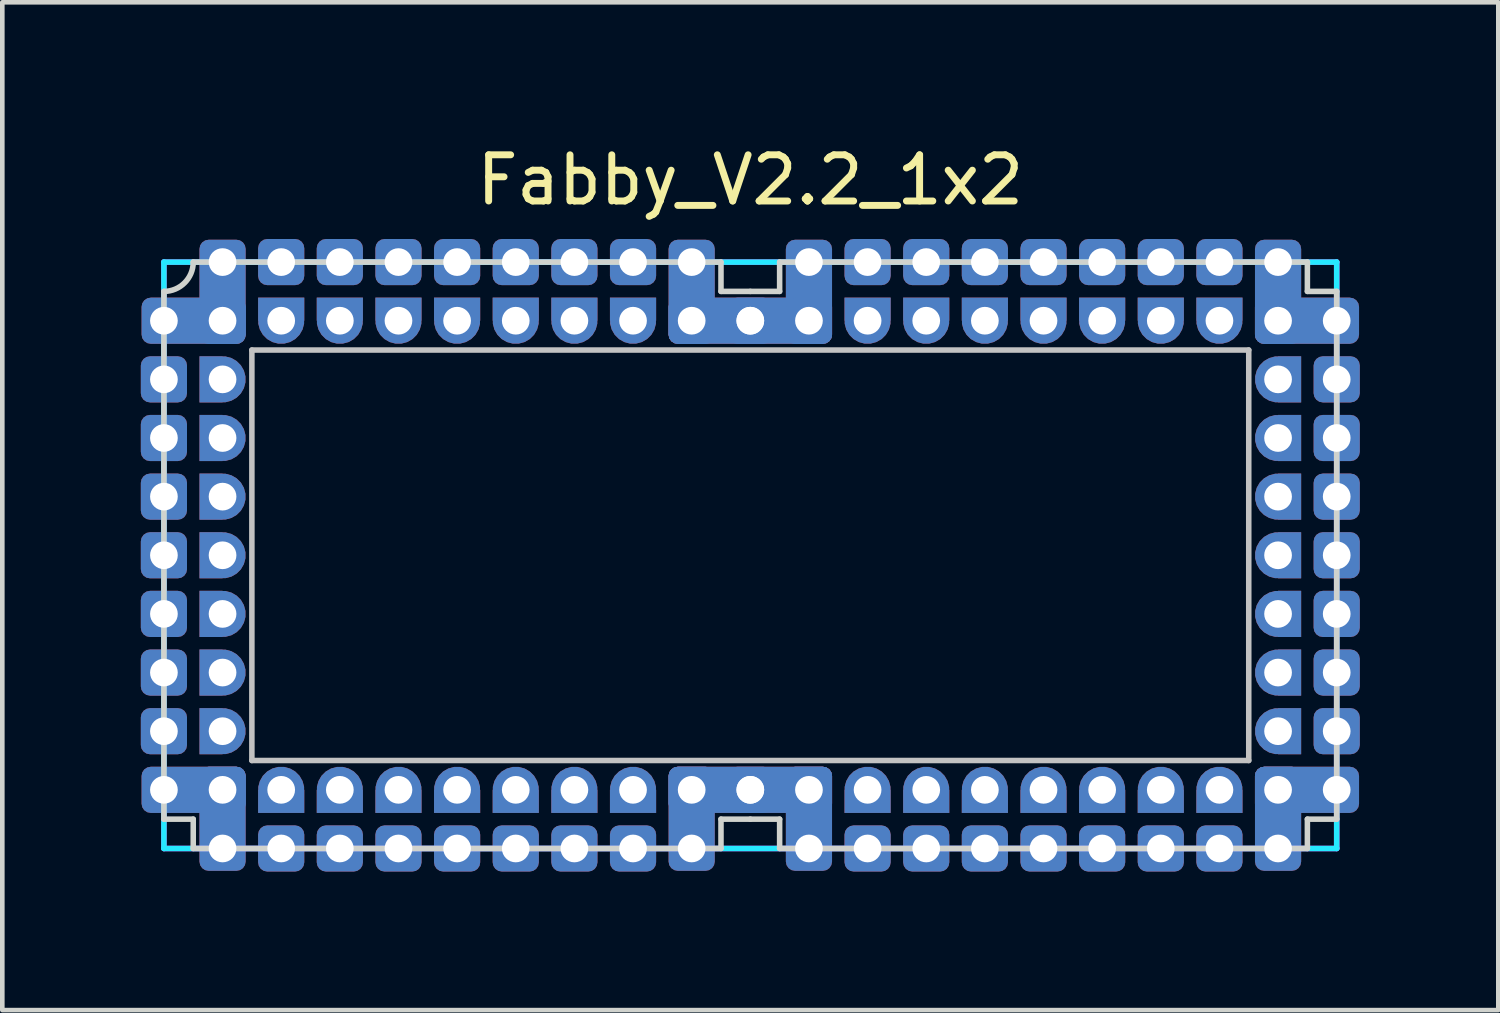
<source format=kicad_pcb>
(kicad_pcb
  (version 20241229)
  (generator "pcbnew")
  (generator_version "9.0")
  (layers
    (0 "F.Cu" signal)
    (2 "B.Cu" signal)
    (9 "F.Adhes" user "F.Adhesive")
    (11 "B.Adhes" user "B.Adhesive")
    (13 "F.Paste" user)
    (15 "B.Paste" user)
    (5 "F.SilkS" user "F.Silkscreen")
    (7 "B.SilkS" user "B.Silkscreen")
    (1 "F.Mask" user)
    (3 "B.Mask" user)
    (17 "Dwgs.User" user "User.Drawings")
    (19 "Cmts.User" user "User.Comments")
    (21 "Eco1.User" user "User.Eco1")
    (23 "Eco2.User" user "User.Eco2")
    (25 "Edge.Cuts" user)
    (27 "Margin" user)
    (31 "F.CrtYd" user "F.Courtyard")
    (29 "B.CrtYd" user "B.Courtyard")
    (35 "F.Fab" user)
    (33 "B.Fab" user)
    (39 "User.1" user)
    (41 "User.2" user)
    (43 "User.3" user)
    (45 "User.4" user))
  (footprint "Fabby_V2.2_1x2"
    (layer "F.Cu")
    (at 13.2 8.976)
    (property "Reference" "Fabby_V2.2_1x2" (at 0 -8.128 0) (layer "F.SilkS") (effects (font (size 1 1) (thickness 0.15))))
    (attr through_hole)
    (fp_line (start -10.795 -4.445) (end 10.795 -4.445) (stroke (width 0.12) (type solid)) (layer "Dwgs.User"))
    (fp_line (start -10.795 4.445) (end -10.795 -4.445) (stroke (width 0.12) (type solid)) (layer "Dwgs.User"))
    (fp_line (start 10.795 -4.445) (end 10.795 4.445) (stroke (width 0.12) (type solid)) (layer "Dwgs.User"))
    (fp_line (start 10.795 4.445) (end -10.795 4.445) (stroke (width 0.12) (type solid)) (layer "Dwgs.User"))
    (fp_line (start -12.7 -5.715) (end -12.7 5.715) (stroke (width 0.12) (type solid)) (layer "Edge.Cuts"))
    (fp_line (start -12.7 5.715) (end -12.065 5.715) (stroke (width 0.12) (type solid)) (layer "Edge.Cuts"))
    (fp_line (start -12.065 -6.35) (end -0.635 -6.35) (stroke (width 0.12) (type solid)) (layer "Edge.Cuts"))
    (fp_line (start -12.065 5.715) (end -12.065 6.35) (stroke (width 0.12) (type solid)) (layer "Edge.Cuts"))
    (fp_line (start -0.635 -6.35) (end -0.635 -5.715) (stroke (width 0.12) (type solid)) (layer "Edge.Cuts"))
    (fp_line (start -0.635 -5.715) (end 0 -5.715) (stroke (width 0.12) (type solid)) (layer "Edge.Cuts"))
    (fp_line (start -0.635 5.715) (end 0 5.715) (stroke (width 0.12) (type solid)) (layer "Edge.Cuts"))
    (fp_line (start -0.635 6.35) (end -12.065 6.35) (stroke (width 0.12) (type solid)) (layer "Edge.Cuts"))
    (fp_line (start -0.635 6.35) (end -0.635 5.715) (stroke (width 0.12) (type solid)) (layer "Edge.Cuts"))
    (fp_line (start 0 -5.715) (end 0.635 -5.715) (stroke (width 0.12) (type solid)) (layer "Edge.Cuts"))
    (fp_line (start 0 5.715) (end 0.635 5.715) (stroke (width 0.12) (type solid)) (layer "Edge.Cuts"))
    (fp_line (start 0.635 -6.35) (end 12.065 -6.35) (stroke (width 0.12) (type solid)) (layer "Edge.Cuts"))
    (fp_line (start 0.635 -5.715) (end 0.635 -6.35) (stroke (width 0.12) (type solid)) (layer "Edge.Cuts"))
    (fp_line (start 0.635 6.35) (end 0.635 5.715) (stroke (width 0.12) (type solid)) (layer "Edge.Cuts"))
    (fp_line (start 0.635 6.35) (end 12.065 6.35) (stroke (width 0.12) (type solid)) (layer "Edge.Cuts"))
    (fp_line (start 12.065 -6.35) (end 12.065 -5.715) (stroke (width 0.12) (type solid)) (layer "Edge.Cuts"))
    (fp_line (start 12.065 -5.715) (end 12.7 -5.715) (stroke (width 0.12) (type solid)) (layer "Edge.Cuts"))
    (fp_line (start 12.065 6.35) (end 12.065 5.715) (stroke (width 0.12) (type solid)) (layer "Edge.Cuts"))
    (fp_line (start 12.7 -5.715) (end 12.7 5.715) (stroke (width 0.12) (type solid)) (layer "Edge.Cuts"))
    (fp_line (start 12.7 5.715) (end 12.065 5.715) (stroke (width 0.12) (type solid)) (layer "Edge.Cuts"))
    (fp_arc (start -12.065 -6.35) (mid -12.250987 -5.900987) (end -12.7 -5.715) (stroke (width 0.12) (type solid)) (layer "Edge.Cuts"))
    (fp_line (start -12.7 -6.35) (end 12.7 -6.35) (stroke (width 0.12) (type solid)) (layer "B.CrtYd"))
    (fp_line (start -12.7 6.35) (end -12.7 -6.35) (stroke (width 0.12) (type solid)) (layer "B.CrtYd"))
    (fp_line (start 12.7 -6.35) (end 12.7 6.35) (stroke (width 0.12) (type solid)) (layer "B.CrtYd"))
    (fp_line (start 12.7 6.35) (end -12.7 6.35) (stroke (width 0.12) (type solid)) (layer "B.CrtYd"))
    (fp_line (start -12.7 -6.35) (end 12.7 -6.35) (stroke (width 0.12) (type solid)) (layer "F.CrtYd"))
    (fp_line (start -12.7 6.35) (end -12.7 -6.35) (stroke (width 0.12) (type solid)) (layer "F.CrtYd"))
    (fp_line (start 12.7 -6.35) (end 12.7 6.35) (stroke (width 0.12) (type solid)) (layer "F.CrtYd"))
    (fp_line (start 12.7 6.35) (end -12.7 6.35) (stroke (width 0.12) (type solid)) (layer "F.CrtYd"))
    (pad "" thru_hole roundrect (at -12.7 -3.81 270) (size 1 1) (drill 0.6) (layers "*.Cu" "*.Mask") (roundrect_rratio 0.2))
    (pad "" thru_hole roundrect (at -12.7 -2.54 270) (size 1 1) (drill 0.6) (layers "*.Cu" "*.Mask") (roundrect_rratio 0.2))
    (pad "" thru_hole roundrect (at -12.7 -1.27 270) (size 1 1) (drill 0.6) (layers "*.Cu" "*.Mask") (roundrect_rratio 0.2))
    (pad "" thru_hole roundrect (at -12.7 0 270) (size 1 1) (drill 0.6) (layers "*.Cu" "*.Mask") (roundrect_rratio 0.2))
    (pad "" thru_hole roundrect (at -12.7 1.27 270) (size 1 1) (drill 0.6) (layers "*.Cu" "*.Mask") (roundrect_rratio 0.2))
    (pad "" thru_hole roundrect (at -12.7 2.54 270) (size 1 1) (drill 0.6) (layers "*.Cu" "*.Mask") (roundrect_rratio 0.2))
    (pad "" thru_hole roundrect (at -12.7 3.81 270) (size 1 1) (drill 0.6) (layers "*.Cu" "*.Mask") (roundrect_rratio 0.2))
    (pad "" thru_hole roundrect (at -10.16 -6.35 270) (size 1 1) (drill 0.6) (layers "*.Cu" "*.Mask") (roundrect_rratio 0.2))
    (pad "" thru_hole roundrect (at -10.16 6.35 270) (size 1 1) (drill 0.6) (layers "*.Cu" "*.Mask") (roundrect_rratio 0.2))
    (pad "" thru_hole roundrect (at -8.89 -6.35 270) (size 1 1) (drill 0.6) (layers "*.Cu" "*.Mask") (roundrect_rratio 0.2))
    (pad "" thru_hole roundrect (at -8.89 6.35 270) (size 1 1) (drill 0.6) (layers "*.Cu" "*.Mask") (roundrect_rratio 0.2))
    (pad "" thru_hole roundrect (at -7.62 -6.35 270) (size 1 1) (drill 0.6) (layers "*.Cu" "*.Mask") (roundrect_rratio 0.2))
    (pad "" thru_hole roundrect (at -7.62 6.35 270) (size 1 1) (drill 0.6) (layers "*.Cu" "*.Mask") (roundrect_rratio 0.2))
    (pad "" thru_hole roundrect (at -6.35 -6.35 270) (size 1 1) (drill 0.6) (layers "*.Cu" "*.Mask") (roundrect_rratio 0.2))
    (pad "" thru_hole roundrect (at -6.35 6.35 270) (size 1 1) (drill 0.6) (layers "*.Cu" "*.Mask") (roundrect_rratio 0.2))
    (pad "" thru_hole roundrect (at -5.08 -6.35 270) (size 1 1) (drill 0.6) (layers "*.Cu" "*.Mask") (roundrect_rratio 0.2))
    (pad "" thru_hole roundrect (at -5.08 6.35 270) (size 1 1) (drill 0.6) (layers "*.Cu" "*.Mask") (roundrect_rratio 0.2))
    (pad "" thru_hole roundrect (at -3.81 -6.35 270) (size 1 1) (drill 0.6) (layers "*.Cu" "*.Mask") (roundrect_rratio 0.2))
    (pad "" thru_hole roundrect (at -3.81 6.35 270) (size 1 1) (drill 0.6) (layers "*.Cu" "*.Mask") (roundrect_rratio 0.2))
    (pad "" thru_hole roundrect (at -2.54 -6.35 270) (size 1 1) (drill 0.6) (layers "*.Cu" "*.Mask") (roundrect_rratio 0.2))
    (pad "" thru_hole roundrect (at -2.54 6.35 270) (size 1 1) (drill 0.6) (layers "*.Cu" "*.Mask") (roundrect_rratio 0.2))
    (pad "" thru_hole roundrect (at 2.54 -6.35 270) (size 1 1) (drill 0.6) (layers "*.Cu" "*.Mask") (roundrect_rratio 0.2))
    (pad "" thru_hole roundrect (at 2.54 6.35 270) (size 1 1) (drill 0.6) (layers "*.Cu" "*.Mask") (roundrect_rratio 0.2))
    (pad "" thru_hole roundrect (at 3.81 -6.35 270) (size 1 1) (drill 0.6) (layers "*.Cu" "*.Mask") (roundrect_rratio 0.2))
    (pad "" thru_hole roundrect (at 3.81 6.35 270) (size 1 1) (drill 0.6) (layers "*.Cu" "*.Mask") (roundrect_rratio 0.2))
    (pad "" thru_hole roundrect (at 5.08 -6.35 270) (size 1 1) (drill 0.6) (layers "*.Cu" "*.Mask") (roundrect_rratio 0.2))
    (pad "" thru_hole roundrect (at 5.08 6.35 270) (size 1 1) (drill 0.6) (layers "*.Cu" "*.Mask") (roundrect_rratio 0.2))
    (pad "" thru_hole roundrect (at 6.35 -6.35 270) (size 1 1) (drill 0.6) (layers "*.Cu" "*.Mask") (roundrect_rratio 0.2))
    (pad "" thru_hole roundrect (at 6.35 6.35 270) (size 1 1) (drill 0.6) (layers "*.Cu" "*.Mask") (roundrect_rratio 0.2))
    (pad "" thru_hole roundrect (at 7.62 -6.35 270) (size 1 1) (drill 0.6) (layers "*.Cu" "*.Mask") (roundrect_rratio 0.2))
    (pad "" thru_hole roundrect (at 7.62 6.35 270) (size 1 1) (drill 0.6) (layers "*.Cu" "*.Mask") (roundrect_rratio 0.2))
    (pad "" thru_hole roundrect (at 8.89 -6.35 270) (size 1 1) (drill 0.6) (layers "*.Cu" "*.Mask") (roundrect_rratio 0.2))
    (pad "" thru_hole roundrect (at 8.89 6.35 270) (size 1 1) (drill 0.6) (layers "*.Cu" "*.Mask") (roundrect_rratio 0.2))
    (pad "" thru_hole roundrect (at 10.16 -6.35 270) (size 1 1) (drill 0.6) (layers "*.Cu" "*.Mask") (roundrect_rratio 0.2))
    (pad "" thru_hole roundrect (at 10.16 6.35 270) (size 1 1) (drill 0.6) (layers "*.Cu" "*.Mask") (roundrect_rratio 0.2))
    (pad "" thru_hole roundrect (at 12.7 -3.81 270) (size 1 1) (drill 0.6) (layers "*.Cu" "*.Mask") (roundrect_rratio 0.2))
    (pad "" thru_hole roundrect (at 12.7 -2.54 270) (size 1 1) (drill 0.6) (layers "*.Cu" "*.Mask") (roundrect_rratio 0.2))
    (pad "" thru_hole roundrect (at 12.7 -1.27 270) (size 1 1) (drill 0.6) (layers "*.Cu" "*.Mask") (roundrect_rratio 0.2))
    (pad "" thru_hole roundrect (at 12.7 0 270) (size 1 1) (drill 0.6) (layers "*.Cu" "*.Mask") (roundrect_rratio 0.2))
    (pad "" thru_hole roundrect (at 12.7 1.27 270) (size 1 1) (drill 0.6) (layers "*.Cu" "*.Mask") (roundrect_rratio 0.2))
    (pad "" thru_hole roundrect (at 12.7 2.54 270) (size 1 1) (drill 0.6) (layers "*.Cu" "*.Mask") (roundrect_rratio 0.2))
    (pad "" thru_hole roundrect (at 12.7 3.81 270) (size 1 1) (drill 0.6) (layers "*.Cu" "*.Mask") (roundrect_rratio 0.2))
    (pad "1" thru_hole roundrect (at -12.7 -5.08 270) (size 1 2.254) (drill 0.6 (offset 0 -0.643)) (layers "*.Cu" "*.Mask") (roundrect_rratio 0.2))
    (pad "1" thru_hole roundrect (at -11.43 -6.35 180) (size 1 2.254) (drill 0.6 (offset 0 -0.643)) (layers "*.Cu" "*.Mask") (roundrect_rratio 0.2))
    (pad "1" thru_hole roundrect (at -11.43 -5.08 270) (size 1 1) (drill 0.6) (layers "*.Cu" "*.Mask") (roundrect_rratio 0.2))
    (pad "2" thru_hole custom (at -11.43 -3.81) (size 1 1) (drill 0.6) (layers "*.Cu" "*.Mask") (options (anchor circle)) (primitives (gr_poly (pts (xy -0.5 -0.5) (xy 0 -0.5) (xy 0 0.5) (xy -0.5 0.5)) (width 0) (fill yes))))
    (pad "3" thru_hole custom (at -11.43 -2.54) (size 1 1) (drill 0.6) (layers "*.Cu" "*.Mask") (options (anchor circle)) (primitives (gr_poly (pts (xy -0.5 -0.5) (xy 0 -0.5) (xy 0 0.5) (xy -0.5 0.5)) (width 0) (fill yes))))
    (pad "4" thru_hole custom (at -11.43 -1.27) (size 1 1) (drill 0.6) (layers "*.Cu" "*.Mask") (options (anchor circle)) (primitives (gr_poly (pts (xy -0.5 -0.5) (xy 0 -0.5) (xy 0 0.5) (xy -0.5 0.5)) (width 0) (fill yes))))
    (pad "5" thru_hole custom (at -11.43 0) (size 1 1) (drill 0.6) (layers "*.Cu" "*.Mask") (options (anchor circle)) (primitives (gr_poly (pts (xy -0.5 -0.5) (xy 0 -0.5) (xy 0 0.5) (xy -0.5 0.5)) (width 0) (fill yes))))
    (pad "6" thru_hole custom (at -11.43 1.27) (size 1 1) (drill 0.6) (layers "*.Cu" "*.Mask") (options (anchor circle)) (primitives (gr_poly (pts (xy -0.5 -0.5) (xy 0 -0.5) (xy 0 0.5) (xy -0.5 0.5)) (width 0) (fill yes))))
    (pad "7" thru_hole custom (at -11.43 2.54) (size 1 1) (drill 0.6) (layers "*.Cu" "*.Mask") (options (anchor circle)) (primitives (gr_poly (pts (xy -0.5 -0.5) (xy 0 -0.5) (xy 0 0.5) (xy -0.5 0.5)) (width 0) (fill yes))))
    (pad "8" thru_hole custom (at -11.43 3.81) (size 1 1) (drill 0.6) (layers "*.Cu" "*.Mask") (options (anchor circle)) (primitives (gr_poly (pts (xy -0.5 -0.5) (xy 0 -0.5) (xy 0 0.5) (xy -0.5 0.5)) (width 0) (fill yes))))
    (pad "9" thru_hole roundrect (at -12.7 5.08 270) (size 1 2.254) (drill 0.6 (offset 0 -0.643)) (layers "*.Cu" "*.Mask") (roundrect_rratio 0.2))
    (pad "9" thru_hole roundrect (at -11.43 5.08 270) (size 1 1) (drill 0.6) (layers "*.Cu" "*.Mask") (roundrect_rratio 0.2))
    (pad "9" thru_hole roundrect (at -11.43 6.35) (size 1 2.254) (drill 0.6 (offset 0 -0.643)) (layers "*.Cu" "*.Mask") (roundrect_rratio 0.2))
    (pad "10" thru_hole custom (at -10.16 5.08 90) (size 1 1) (drill 0.6) (layers "*.Cu" "*.Mask") (options (anchor circle)) (primitives (gr_poly (pts (xy -0.5 -0.5) (xy 0 -0.5) (xy 0 0.5) (xy -0.5 0.5)) (width 0) (fill yes))))
    (pad "11" thru_hole custom (at -8.89 5.08 90) (size 1 1) (drill 0.6) (layers "*.Cu" "*.Mask") (options (anchor circle)) (primitives (gr_poly (pts (xy -0.5 -0.5) (xy 0 -0.5) (xy 0 0.5) (xy -0.5 0.5)) (width 0) (fill yes))))
    (pad "12" thru_hole custom (at -7.62 5.08 90) (size 1 1) (drill 0.6) (layers "*.Cu" "*.Mask") (options (anchor circle)) (primitives (gr_poly (pts (xy -0.5 -0.5) (xy 0 -0.5) (xy 0 0.5) (xy -0.5 0.5)) (width 0) (fill yes))))
    (pad "13" thru_hole custom (at -6.35 5.08 90) (size 1 1) (drill 0.6) (layers "*.Cu" "*.Mask") (options (anchor circle)) (primitives (gr_poly (pts (xy -0.5 -0.5) (xy 0 -0.5) (xy 0 0.5) (xy -0.5 0.5)) (width 0) (fill yes))))
    (pad "14" thru_hole custom (at -5.08 5.08 90) (size 1 1) (drill 0.6) (layers "*.Cu" "*.Mask") (options (anchor circle)) (primitives (gr_poly (pts (xy -0.5 -0.5) (xy 0 -0.5) (xy 0 0.5) (xy -0.5 0.5)) (width 0) (fill yes))))
    (pad "15" thru_hole custom (at -3.81 5.08 90) (size 1 1) (drill 0.6) (layers "*.Cu" "*.Mask") (options (anchor circle)) (primitives (gr_poly (pts (xy -0.5 -0.5) (xy 0 -0.5) (xy 0 0.5) (xy -0.5 0.5)) (width 0) (fill yes))))
    (pad "16" thru_hole custom (at -2.54 5.08 90) (size 1 1) (drill 0.6) (layers "*.Cu" "*.Mask") (options (anchor circle)) (primitives (gr_poly (pts (xy -0.5 -0.5) (xy 0 -0.5) (xy 0 0.5) (xy -0.5 0.5)) (width 0) (fill yes))))
    (pad "17" thru_hole roundrect (at -1.27 5.08 270) (size 1 1) (drill 0.6) (layers "*.Cu" "*.Mask") (roundrect_rratio 0.2))
    (pad "17" thru_hole roundrect (at -1.27 6.35) (size 1 2.254) (drill 0.6 (offset 0 -0.643)) (layers "*.Cu" "*.Mask") (roundrect_rratio 0.2))
    (pad "17" thru_hole roundrect (at 0 5.08 90) (size 1 2.254) (drill 0.6 (offset 0 -0.643)) (layers "*.Cu" "*.Mask") (roundrect_rratio 0.2))
    (pad "17" thru_hole roundrect (at 0 5.08 270) (size 1 2.254) (drill 0.6 (offset 0 -0.643)) (layers "*.Cu" "*.Mask") (roundrect_rratio 0.2))
    (pad "17" thru_hole roundrect (at 1.27 5.08 270) (size 1 1) (drill 0.6) (layers "*.Cu" "*.Mask") (roundrect_rratio 0.2))
    (pad "17" thru_hole roundrect (at 1.27 6.35) (size 1 2.254) (drill 0.6 (offset 0 -0.643)) (layers "*.Cu" "*.Mask") (roundrect_rratio 0.2))
    (pad "18" thru_hole custom (at 2.54 5.08 90) (size 1 1) (drill 0.6) (layers "*.Cu" "*.Mask") (options (anchor circle)) (primitives (gr_poly (pts (xy -0.5 -0.5) (xy 0 -0.5) (xy 0 0.5) (xy -0.5 0.5)) (width 0) (fill yes))))
    (pad "19" thru_hole custom (at 3.81 5.08 90) (size 1 1) (drill 0.6) (layers "*.Cu" "*.Mask") (options (anchor circle)) (primitives (gr_poly (pts (xy -0.5 -0.5) (xy 0 -0.5) (xy 0 0.5) (xy -0.5 0.5)) (width 0) (fill yes))))
    (pad "20" thru_hole custom (at 5.08 5.08 90) (size 1 1) (drill 0.6) (layers "*.Cu" "*.Mask") (options (anchor circle)) (primitives (gr_poly (pts (xy -0.5 -0.5) (xy 0 -0.5) (xy 0 0.5) (xy -0.5 0.5)) (width 0) (fill yes))))
    (pad "21" thru_hole custom (at 6.35 5.08 90) (size 1 1) (drill 0.6) (layers "*.Cu" "*.Mask") (options (anchor circle)) (primitives (gr_poly (pts (xy -0.5 -0.5) (xy 0 -0.5) (xy 0 0.5) (xy -0.5 0.5)) (width 0) (fill yes))))
    (pad "22" thru_hole custom (at 7.62 5.08 90) (size 1 1) (drill 0.6) (layers "*.Cu" "*.Mask") (options (anchor circle)) (primitives (gr_poly (pts (xy -0.5 -0.5) (xy 0 -0.5) (xy 0 0.5) (xy -0.5 0.5)) (width 0) (fill yes))))
    (pad "23" thru_hole custom (at 8.89 5.08 90) (size 1 1) (drill 0.6) (layers "*.Cu" "*.Mask") (options (anchor circle)) (primitives (gr_poly (pts (xy -0.5 -0.5) (xy 0 -0.5) (xy 0 0.5) (xy -0.5 0.5)) (width 0) (fill yes))))
    (pad "24" thru_hole custom (at 10.16 5.08 90) (size 1 1) (drill 0.6) (layers "*.Cu" "*.Mask") (options (anchor circle)) (primitives (gr_poly (pts (xy -0.5 -0.5) (xy 0 -0.5) (xy 0 0.5) (xy -0.5 0.5)) (width 0) (fill yes))))
    (pad "25" thru_hole roundrect (at 11.43 5.08 270) (size 1 1) (drill 0.6) (layers "*.Cu" "*.Mask") (roundrect_rratio 0.2))
    (pad "25" thru_hole roundrect (at 11.43 6.35) (size 1 2.254) (drill 0.6 (offset 0 -0.643)) (layers "*.Cu" "*.Mask") (roundrect_rratio 0.2))
    (pad "25" thru_hole roundrect (at 12.7 5.08 90) (size 1 2.254) (drill 0.6 (offset 0 -0.643)) (layers "*.Cu" "*.Mask") (roundrect_rratio 0.2))
    (pad "26" thru_hole custom (at 11.43 3.81 180) (size 1 1) (drill 0.6) (layers "*.Cu" "*.Mask") (options (anchor circle)) (primitives (gr_poly (pts (xy -0.5 -0.5) (xy 0 -0.5) (xy 0 0.5) (xy -0.5 0.5)) (width 0) (fill yes))))
    (pad "27" thru_hole custom (at 11.43 2.54 180) (size 1 1) (drill 0.6) (layers "*.Cu" "*.Mask") (options (anchor circle)) (primitives (gr_poly (pts (xy -0.5 -0.5) (xy 0 -0.5) (xy 0 0.5) (xy -0.5 0.5)) (width 0) (fill yes))))
    (pad "28" thru_hole custom (at 11.43 1.27 180) (size 1 1) (drill 0.6) (layers "*.Cu" "*.Mask") (options (anchor circle)) (primitives (gr_poly (pts (xy -0.5 -0.5) (xy 0 -0.5) (xy 0 0.5) (xy -0.5 0.5)) (width 0) (fill yes))))
    (pad "29" thru_hole custom (at 11.43 0 180) (size 1 1) (drill 0.6) (layers "*.Cu" "*.Mask") (options (anchor circle)) (primitives (gr_poly (pts (xy -0.5 -0.5) (xy 0 -0.5) (xy 0 0.5) (xy -0.5 0.5)) (width 0) (fill yes))))
    (pad "30" thru_hole custom (at 11.43 -1.27 180) (size 1 1) (drill 0.6) (layers "*.Cu" "*.Mask") (options (anchor circle)) (primitives (gr_poly (pts (xy -0.5 -0.5) (xy 0 -0.5) (xy 0 0.5) (xy -0.5 0.5)) (width 0) (fill yes))))
    (pad "31" thru_hole custom (at 11.43 -2.54 180) (size 1 1) (drill 0.6) (layers "*.Cu" "*.Mask") (options (anchor circle)) (primitives (gr_poly (pts (xy -0.5 -0.5) (xy 0 -0.5) (xy 0 0.5) (xy -0.5 0.5)) (width 0) (fill yes))))
    (pad "32" thru_hole custom (at 11.43 -3.81 180) (size 1 1) (drill 0.6) (layers "*.Cu" "*.Mask") (options (anchor circle)) (primitives (gr_poly (pts (xy -0.5 -0.5) (xy 0 -0.5) (xy 0 0.5) (xy -0.5 0.5)) (width 0) (fill yes))))
    (pad "33" thru_hole roundrect (at 11.43 -6.35 180) (size 1 2.254) (drill 0.6 (offset 0 -0.643)) (layers "*.Cu" "*.Mask") (roundrect_rratio 0.2))
    (pad "33" thru_hole roundrect (at 11.43 -5.08 270) (size 1 1) (drill 0.6) (layers "*.Cu" "*.Mask") (roundrect_rratio 0.2))
    (pad "33" thru_hole roundrect (at 12.7 -5.08 90) (size 1 2.254) (drill 0.6 (offset 0 -0.643)) (layers "*.Cu" "*.Mask") (roundrect_rratio 0.2))
    (pad "34" thru_hole custom (at 10.16 -5.08 270) (size 1 1) (drill 0.6) (layers "*.Cu" "*.Mask") (options (anchor circle)) (primitives (gr_poly (pts (xy -0.5 -0.5) (xy 0 -0.5) (xy 0 0.5) (xy -0.5 0.5)) (width 0) (fill yes))))
    (pad "35" thru_hole custom (at 8.89 -5.08 270) (size 1 1) (drill 0.6) (layers "*.Cu" "*.Mask") (options (anchor circle)) (primitives (gr_poly (pts (xy -0.5 -0.5) (xy 0 -0.5) (xy 0 0.5) (xy -0.5 0.5)) (width 0) (fill yes))))
    (pad "36" thru_hole custom (at 7.62 -5.08 270) (size 1 1) (drill 0.6) (layers "*.Cu" "*.Mask") (options (anchor circle)) (primitives (gr_poly (pts (xy -0.5 -0.5) (xy 0 -0.5) (xy 0 0.5) (xy -0.5 0.5)) (width 0) (fill yes))))
    (pad "37" thru_hole custom (at 6.35 -5.08 270) (size 1 1) (drill 0.6) (layers "*.Cu" "*.Mask") (options (anchor circle)) (primitives (gr_poly (pts (xy -0.5 -0.5) (xy 0 -0.5) (xy 0 0.5) (xy -0.5 0.5)) (width 0) (fill yes))))
    (pad "38" thru_hole custom (at 5.08 -5.08 270) (size 1 1) (drill 0.6) (layers "*.Cu" "*.Mask") (options (anchor circle)) (primitives (gr_poly (pts (xy -0.5 -0.5) (xy 0 -0.5) (xy 0 0.5) (xy -0.5 0.5)) (width 0) (fill yes))))
    (pad "39" thru_hole custom (at 3.81 -5.08 270) (size 1 1) (drill 0.6) (layers "*.Cu" "*.Mask") (options (anchor circle)) (primitives (gr_poly (pts (xy -0.5 -0.5) (xy 0 -0.5) (xy 0 0.5) (xy -0.5 0.5)) (width 0) (fill yes))))
    (pad "40" thru_hole custom (at 2.54 -5.08 270) (size 1 1) (drill 0.6) (layers "*.Cu" "*.Mask") (options (anchor circle)) (primitives (gr_poly (pts (xy -0.5 -0.5) (xy 0 -0.5) (xy 0 0.5) (xy -0.5 0.5)) (width 0) (fill yes))))
    (pad "41" thru_hole roundrect (at -1.27 -6.35 180) (size 1 2.254) (drill 0.6 (offset 0 -0.643)) (layers "*.Cu" "*.Mask") (roundrect_rratio 0.2))
    (pad "41" thru_hole roundrect (at -1.27 -5.08 270) (size 1 1) (drill 0.6) (layers "*.Cu" "*.Mask") (roundrect_rratio 0.2))
    (pad "41" thru_hole roundrect (at 0 -5.08 90) (size 1 2.254) (drill 0.6 (offset 0 -0.643)) (layers "*.Cu" "*.Mask") (roundrect_rratio 0.2))
    (pad "41" thru_hole roundrect (at 0 -5.08 270) (size 1 2.254) (drill 0.6 (offset 0 -0.643)) (layers "*.Cu" "*.Mask") (roundrect_rratio 0.2))
    (pad "41" thru_hole roundrect (at 1.27 -6.35 180) (size 1 2.254) (drill 0.6 (offset 0 -0.643)) (layers "*.Cu" "*.Mask") (roundrect_rratio 0.2))
    (pad "41" thru_hole roundrect (at 1.27 -5.08 270) (size 1 1) (drill 0.6) (layers "*.Cu" "*.Mask") (roundrect_rratio 0.2))
    (pad "42" thru_hole custom (at -2.54 -5.08 270) (size 1 1) (drill 0.6) (layers "*.Cu" "*.Mask") (options (anchor circle)) (primitives (gr_poly (pts (xy -0.5 -0.5) (xy 0 -0.5) (xy 0 0.5) (xy -0.5 0.5)) (width 0) (fill yes))))
    (pad "43" thru_hole custom (at -3.81 -5.08 270) (size 1 1) (drill 0.6) (layers "*.Cu" "*.Mask") (options (anchor circle)) (primitives (gr_poly (pts (xy -0.5 -0.5) (xy 0 -0.5) (xy 0 0.5) (xy -0.5 0.5)) (width 0) (fill yes))))
    (pad "44" thru_hole custom (at -5.08 -5.08 270) (size 1 1) (drill 0.6) (layers "*.Cu" "*.Mask") (options (anchor circle)) (primitives (gr_poly (pts (xy -0.5 -0.5) (xy 0 -0.5) (xy 0 0.5) (xy -0.5 0.5)) (width 0) (fill yes))))
    (pad "45" thru_hole custom (at -6.35 -5.08 270) (size 1 1) (drill 0.6) (layers "*.Cu" "*.Mask") (options (anchor circle)) (primitives (gr_poly (pts (xy -0.5 -0.5) (xy 0 -0.5) (xy 0 0.5) (xy -0.5 0.5)) (width 0) (fill yes))))
    (pad "46" thru_hole custom (at -7.62 -5.08 270) (size 1 1) (drill 0.6) (layers "*.Cu" "*.Mask") (options (anchor circle)) (primitives (gr_poly (pts (xy -0.5 -0.5) (xy 0 -0.5) (xy 0 0.5) (xy -0.5 0.5)) (width 0) (fill yes))))
    (pad "47" thru_hole custom (at -8.89 -5.08 270) (size 1 1) (drill 0.6) (layers "*.Cu" "*.Mask") (options (anchor circle)) (primitives (gr_poly (pts (xy -0.5 -0.5) (xy 0 -0.5) (xy 0 0.5) (xy -0.5 0.5)) (width 0) (fill yes))))
    (pad "48" thru_hole custom (at -10.16 -5.08 270) (size 1 1) (drill 0.6) (layers "*.Cu" "*.Mask") (options (anchor circle)) (primitives (gr_poly (pts (xy -0.5 -0.5) (xy 0 -0.5) (xy 0 0.5) (xy -0.5 0.5)) (width 0) (fill yes)))))
  (gr_rect
    (start -3 -3)
    (end 29.4 18.826)
    (stroke (width 0.1) (type default))
    (fill no)
    (layer "Edge.Cuts")))
</source>
